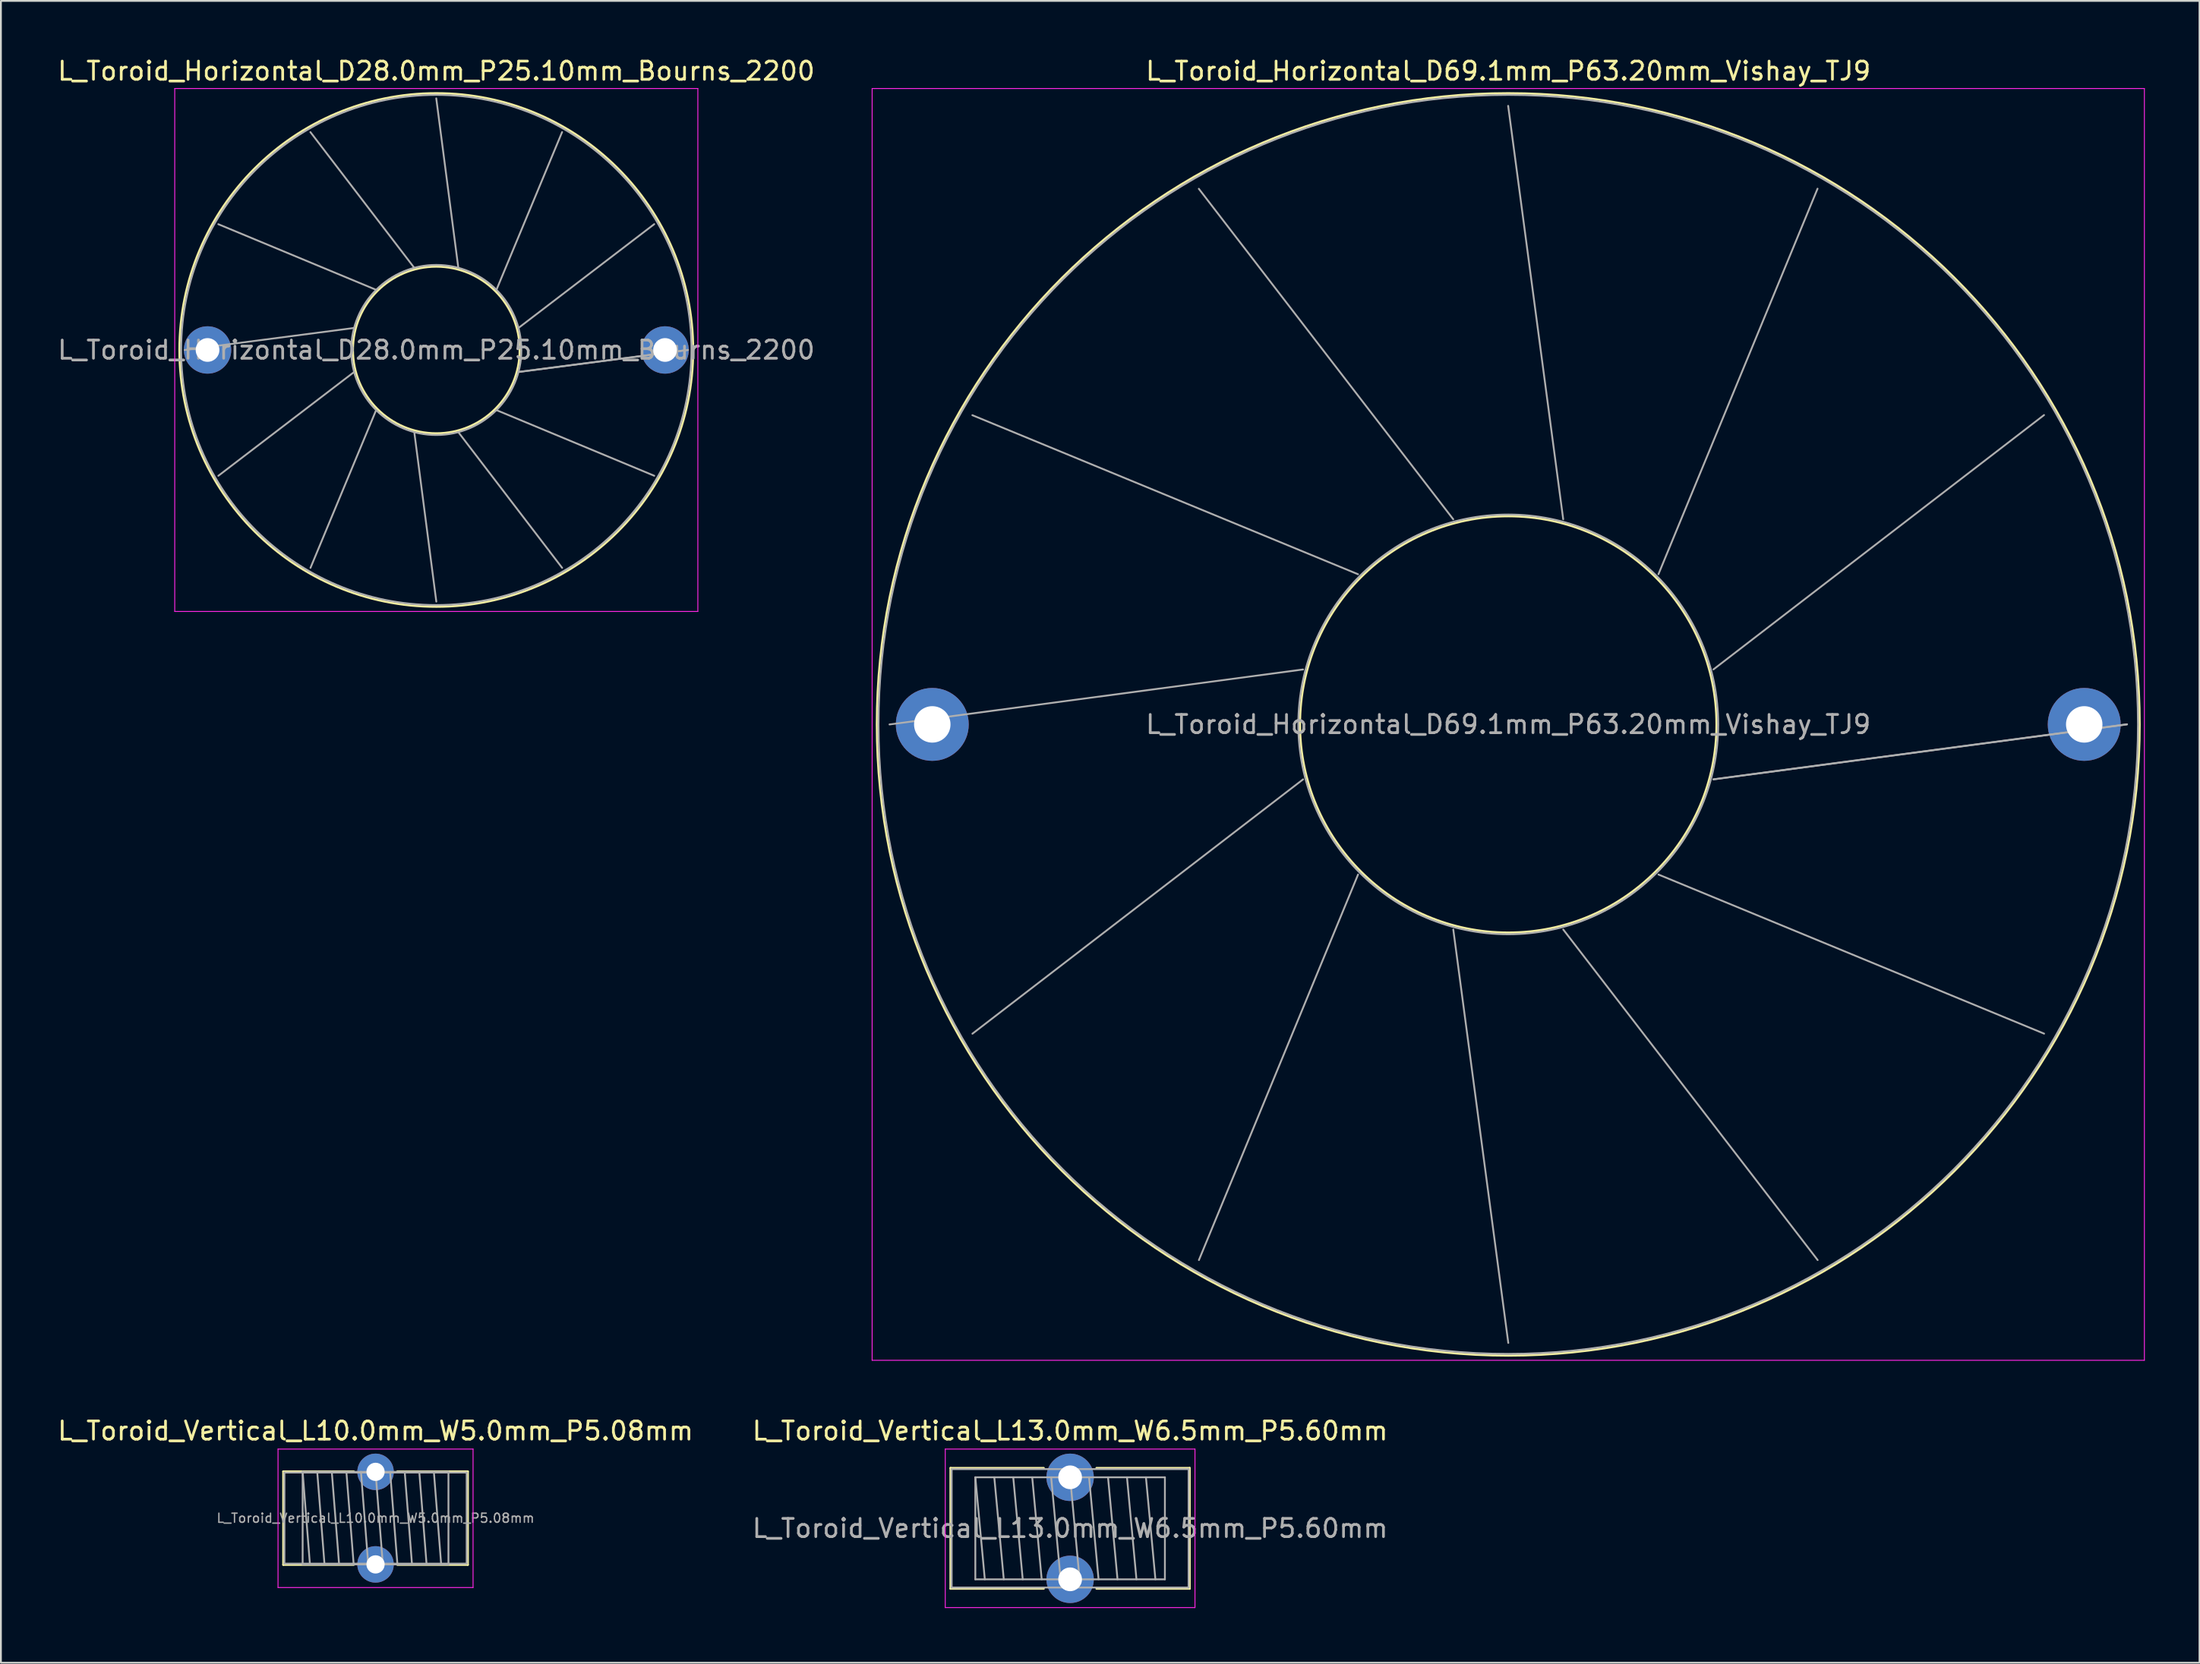
<source format=kicad_pcb>
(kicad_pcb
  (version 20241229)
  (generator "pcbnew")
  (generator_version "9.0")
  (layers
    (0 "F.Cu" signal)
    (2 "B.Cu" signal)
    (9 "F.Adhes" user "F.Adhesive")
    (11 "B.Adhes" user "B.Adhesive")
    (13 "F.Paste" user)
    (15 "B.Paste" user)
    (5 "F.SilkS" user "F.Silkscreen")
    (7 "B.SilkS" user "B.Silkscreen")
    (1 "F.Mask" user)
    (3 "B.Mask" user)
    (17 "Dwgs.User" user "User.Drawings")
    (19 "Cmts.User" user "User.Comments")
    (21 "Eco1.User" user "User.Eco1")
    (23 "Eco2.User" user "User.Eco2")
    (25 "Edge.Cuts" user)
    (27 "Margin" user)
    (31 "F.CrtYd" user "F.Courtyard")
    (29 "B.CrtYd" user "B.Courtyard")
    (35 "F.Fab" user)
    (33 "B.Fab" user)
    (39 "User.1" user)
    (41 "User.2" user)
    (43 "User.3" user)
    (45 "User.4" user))
  (footprint "L_Toroid_Horizontal_D28.0mm_P25.10mm_Bourns_2200"
    (layer "F.Cu")
    (at 8.337 16.158)
    (property "Reference" "L_Toroid_Horizontal_D28.0mm_P25.10mm_Bourns_2200" (at 12.55 -15.31 0) (layer "F.SilkS") (effects (font (size 1 1) (thickness 0.15))))
    (attr through_hole)
    (fp_circle (center 12.55 0) (end 17.127 0) (stroke (width 0.12) (type solid)) (fill no) (layer "F.SilkS"))
    (fp_circle (center 12.55 0) (end 26.64 0) (stroke (width 0.12) (type solid)) (fill no) (layer "F.SilkS"))
    (fp_line (start -1.8 -14.35) (end -1.8 14.35) (stroke (width 0.05) (type solid)) (layer "F.CrtYd"))
    (fp_line (start -1.8 14.35) (end 26.9 14.35) (stroke (width 0.05) (type solid)) (layer "F.CrtYd"))
    (fp_line (start 26.9 -14.35) (end -1.8 -14.35) (stroke (width 0.05) (type solid)) (layer "F.CrtYd"))
    (fp_line (start 26.9 14.35) (end 26.9 -14.35) (stroke (width 0.05) (type solid)) (layer "F.CrtYd"))
    (fp_line (start -1.258 0.001) (end 8.041 -1.208) (stroke (width 0.1) (type solid)) (layer "F.Fab"))
    (fp_line (start 0.591 -6.903) (end 9.249 -3.301) (stroke (width 0.1) (type solid)) (layer "F.Fab"))
    (fp_line (start 0.592 6.905) (end 8.041 1.209) (stroke (width 0.1) (type solid)) (layer "F.Fab"))
    (fp_line (start 5.644 -11.957) (end 11.341 -4.509) (stroke (width 0.1) (type solid)) (layer "F.Fab"))
    (fp_line (start 5.647 11.959) (end 9.249 3.301) (stroke (width 0.1) (type solid)) (layer "F.Fab"))
    (fp_line (start 12.548 -13.808) (end 13.758 -4.509) (stroke (width 0.1) (type solid)) (layer "F.Fab"))
    (fp_line (start 12.551 13.808) (end 11.342 4.509) (stroke (width 0.1) (type solid)) (layer "F.Fab"))
    (fp_line (start 19.452 -11.959) (end 15.85 -3.301) (stroke (width 0.1) (type solid)) (layer "F.Fab"))
    (fp_line (start 19.454 11.958) (end 13.758 4.509) (stroke (width 0.1) (type solid)) (layer "F.Fab"))
    (fp_line (start 24.507 -6.906) (end 17.059 -1.209) (stroke (width 0.1) (type solid)) (layer "F.Fab"))
    (fp_line (start 24.508 6.904) (end 15.851 3.301) (stroke (width 0.1) (type solid)) (layer "F.Fab"))
    (fp_line (start 26.358 -0.003) (end 17.059 1.207) (stroke (width 0.1) (type solid)) (layer "F.Fab"))
    (fp_line (start 26.358 0) (end 17.059 1.208) (stroke (width 0.1) (type solid)) (layer "F.Fab"))
    (fp_circle (center 12.55 0) (end 17.217 0) (stroke (width 0.1) (type solid)) (fill no) (layer "F.Fab"))
    (fp_circle (center 12.55 0) (end 26.55 0) (stroke (width 0.1) (type solid)) (fill no) (layer "F.Fab"))
    (fp_text user "${REFERENCE}" (at 12.55 0 0) (layer "F.Fab") (effects (font (size 1 1) (thickness 0.15))))
    (pad "1" thru_hole circle (at 0 0) (size 2.6 2.6) (drill 1.3) (layers "*.Cu" "*.Mask"))
    (pad "2" thru_hole circle (at 25.1 0) (size 2.6 2.6) (drill 1.3) (layers "*.Cu" "*.Mask")))
  (footprint "L_Toroid_Vertical_L13.0mm_W6.5mm_P5.60mm"
    (layer "F.Cu")
    (at 55.661 78.031)
    (property "Reference" "L_Toroid_Vertical_L13.0mm_W6.5mm_P5.60mm" (at 0 -2.55 0) (layer "F.SilkS") (effects (font (size 1 1) (thickness 0.15))))
    (attr through_hole)
    (fp_line (start -6.56 -0.51) (end -6.56 6.11) (stroke (width 0.12) (type solid)) (layer "F.SilkS"))
    (fp_line (start -6.56 -0.51) (end -1.449 -0.51) (stroke (width 0.12) (type solid)) (layer "F.SilkS"))
    (fp_line (start -6.56 6.11) (end -1.449 6.11) (stroke (width 0.12) (type solid)) (layer "F.SilkS"))
    (fp_line (start 1.449 -0.51) (end 6.56 -0.51) (stroke (width 0.12) (type solid)) (layer "F.SilkS"))
    (fp_line (start 1.449 6.11) (end 6.56 6.11) (stroke (width 0.12) (type solid)) (layer "F.SilkS"))
    (fp_line (start 6.56 -0.51) (end 6.56 6.11) (stroke (width 0.12) (type solid)) (layer "F.SilkS"))
    (fp_line (start -6.85 -1.55) (end -6.85 7.15) (stroke (width 0.05) (type solid)) (layer "F.CrtYd"))
    (fp_line (start -6.85 7.15) (end 6.85 7.15) (stroke (width 0.05) (type solid)) (layer "F.CrtYd"))
    (fp_line (start 6.85 -1.55) (end -6.85 -1.55) (stroke (width 0.05) (type solid)) (layer "F.CrtYd"))
    (fp_line (start 6.85 7.15) (end 6.85 -1.55) (stroke (width 0.05) (type solid)) (layer "F.CrtYd"))
    (fp_line (start -6.5 -0.45) (end -6.5 6.05) (stroke (width 0.1) (type solid)) (layer "F.Fab"))
    (fp_line (start -6.5 6.05) (end 6.5 6.05) (stroke (width 0.1) (type solid)) (layer "F.Fab"))
    (fp_line (start -5.2 0) (end -5.2 5.6) (stroke (width 0.1) (type solid)) (layer "F.Fab"))
    (fp_line (start -5.2 0) (end -4.68 5.6) (stroke (width 0.1) (type solid)) (layer "F.Fab"))
    (fp_line (start -5.2 5.6) (end 5.2 5.6) (stroke (width 0.1) (type solid)) (layer "F.Fab"))
    (fp_line (start -4.16 0) (end -3.64 5.6) (stroke (width 0.1) (type solid)) (layer "F.Fab"))
    (fp_line (start -3.12 0) (end -2.6 5.6) (stroke (width 0.1) (type solid)) (layer "F.Fab"))
    (fp_line (start -2.08 0) (end -1.56 5.6) (stroke (width 0.1) (type solid)) (layer "F.Fab"))
    (fp_line (start -1.04 0) (end -0.52 5.6) (stroke (width 0.1) (type solid)) (layer "F.Fab"))
    (fp_line (start 0 0) (end 0.52 5.6) (stroke (width 0.1) (type solid)) (layer "F.Fab"))
    (fp_line (start 1.04 0) (end 1.56 5.6) (stroke (width 0.1) (type solid)) (layer "F.Fab"))
    (fp_line (start 2.08 0) (end 2.6 5.6) (stroke (width 0.1) (type solid)) (layer "F.Fab"))
    (fp_line (start 3.12 0) (end 3.64 5.6) (stroke (width 0.1) (type solid)) (layer "F.Fab"))
    (fp_line (start 4.16 0) (end 4.68 5.6) (stroke (width 0.1) (type solid)) (layer "F.Fab"))
    (fp_line (start 5.2 0) (end -5.2 0) (stroke (width 0.1) (type solid)) (layer "F.Fab"))
    (fp_line (start 5.2 5.6) (end 5.2 0) (stroke (width 0.1) (type solid)) (layer "F.Fab"))
    (fp_line (start 6.5 -0.45) (end -6.5 -0.45) (stroke (width 0.1) (type solid)) (layer "F.Fab"))
    (fp_line (start 6.5 6.05) (end 6.5 -0.45) (stroke (width 0.1) (type solid)) (layer "F.Fab"))
    (fp_text user "${REFERENCE}" (at 0 2.8 0) (layer "F.Fab") (effects (font (size 1 1) (thickness 0.15))))
    (pad "1" thru_hole circle (at 0 0) (size 2.6 2.6) (drill 1.3) (layers "*.Cu" "*.Mask"))
    (pad "2" thru_hole circle (at 0 5.6) (size 2.6 2.6) (drill 1.3) (layers "*.Cu" "*.Mask")))
  (footprint "L_Toroid_Horizontal_D69.1mm_P63.20mm_Vishay_TJ9"
    (layer "F.Cu")
    (at 48.099 36.708)
    (property "Reference" "L_Toroid_Horizontal_D69.1mm_P63.20mm_Vishay_TJ9" (at 31.6 -35.86 0) (layer "F.SilkS") (effects (font (size 1 1) (thickness 0.15))))
    (attr through_hole)
    (fp_circle (center 31.6 0) (end 43.027 0) (stroke (width 0.12) (type solid)) (fill no) (layer "F.SilkS"))
    (fp_circle (center 31.6 0) (end 66.24 0) (stroke (width 0.12) (type solid)) (fill no) (layer "F.SilkS"))
    (fp_line (start -3.3 -34.9) (end -3.3 34.9) (stroke (width 0.05) (type solid)) (layer "F.CrtYd"))
    (fp_line (start -3.3 34.9) (end 66.5 34.9) (stroke (width 0.05) (type solid)) (layer "F.CrtYd"))
    (fp_line (start 66.5 -34.9) (end -3.3 -34.9) (stroke (width 0.05) (type solid)) (layer "F.CrtYd"))
    (fp_line (start 66.5 34.9) (end 66.5 -34.9) (stroke (width 0.05) (type solid)) (layer "F.CrtYd"))
    (fp_line (start -2.347 0.003) (end 20.342 -3.015) (stroke (width 0.1) (type solid)) (layer "F.Fab"))
    (fp_line (start 2.199 -16.97) (end 23.358 -8.241) (stroke (width 0.1) (type solid)) (layer "F.Fab"))
    (fp_line (start 2.202 16.976) (end 20.342 3.018) (stroke (width 0.1) (type solid)) (layer "F.Fab"))
    (fp_line (start 14.623 -29.397) (end 28.582 -11.258) (stroke (width 0.1) (type solid)) (layer "F.Fab"))
    (fp_line (start 14.628 29.4) (end 23.359 8.242) (stroke (width 0.1) (type solid)) (layer "F.Fab"))
    (fp_line (start 31.595 -33.947) (end 34.615 -11.259) (stroke (width 0.1) (type solid)) (layer "F.Fab"))
    (fp_line (start 31.602 33.947) (end 28.584 11.258) (stroke (width 0.1) (type solid)) (layer "F.Fab"))
    (fp_line (start 48.569 -29.402) (end 39.84 -8.243) (stroke (width 0.1) (type solid)) (layer "F.Fab"))
    (fp_line (start 48.575 29.399) (end 34.617 11.258) (stroke (width 0.1) (type solid)) (layer "F.Fab"))
    (fp_line (start 60.996 -16.979) (end 42.858 -3.019) (stroke (width 0.1) (type solid)) (layer "F.Fab"))
    (fp_line (start 60.999 16.973) (end 39.842 8.241) (stroke (width 0.1) (type solid)) (layer "F.Fab"))
    (fp_line (start 65.547 -0.006) (end 42.859 3.014) (stroke (width 0.1) (type solid)) (layer "F.Fab"))
    (fp_line (start 65.547 0) (end 42.858 3.017) (stroke (width 0.1) (type solid)) (layer "F.Fab"))
    (fp_circle (center 31.6 0) (end 43.117 0) (stroke (width 0.1) (type solid)) (fill no) (layer "F.Fab"))
    (fp_circle (center 31.6 0) (end 66.15 0) (stroke (width 0.1) (type solid)) (fill no) (layer "F.Fab"))
    (fp_text user "${REFERENCE}" (at 31.6 0 0) (layer "F.Fab") (effects (font (size 1 1) (thickness 0.15))))
    (pad "1" thru_hole circle (at 0 0) (size 4 4) (drill 2) (layers "*.Cu" "*.Mask"))
    (pad "2" thru_hole circle (at 63.2 0) (size 4 4) (drill 2) (layers "*.Cu" "*.Mask")))
  (footprint "L_Toroid_Vertical_L10.0mm_W5.0mm_P5.08mm"
    (layer "F.Cu")
    (at 17.554 77.731)
    (property "Reference" "L_Toroid_Vertical_L10.0mm_W5.0mm_P5.08mm" (at 0 -2.25 0) (layer "F.SilkS") (effects (font (size 1 1) (thickness 0.15))))
    (attr through_hole)
    (fp_line (start -5.06 -0.02) (end -5.06 5.1) (stroke (width 0.12) (type solid)) (layer "F.SilkS"))
    (fp_line (start -5.06 -0.02) (end -1.195 -0.02) (stroke (width 0.12) (type solid)) (layer "F.SilkS"))
    (fp_line (start -5.06 5.1) (end -1.195 5.1) (stroke (width 0.12) (type solid)) (layer "F.SilkS"))
    (fp_line (start 1.195 -0.02) (end 5.06 -0.02) (stroke (width 0.12) (type solid)) (layer "F.SilkS"))
    (fp_line (start 1.195 5.1) (end 5.06 5.1) (stroke (width 0.12) (type solid)) (layer "F.SilkS"))
    (fp_line (start 5.06 -0.02) (end 5.06 5.1) (stroke (width 0.12) (type solid)) (layer "F.SilkS"))
    (fp_line (start -5.35 -1.25) (end -5.35 6.35) (stroke (width 0.05) (type solid)) (layer "F.CrtYd"))
    (fp_line (start -5.35 6.35) (end 5.35 6.35) (stroke (width 0.05) (type solid)) (layer "F.CrtYd"))
    (fp_line (start 5.35 -1.25) (end -5.35 -1.25) (stroke (width 0.05) (type solid)) (layer "F.CrtYd"))
    (fp_line (start 5.35 6.35) (end 5.35 -1.25) (stroke (width 0.05) (type solid)) (layer "F.CrtYd"))
    (fp_line (start -5 0.04) (end -5 5.04) (stroke (width 0.1) (type solid)) (layer "F.Fab"))
    (fp_line (start -5 5.04) (end 5 5.04) (stroke (width 0.1) (type solid)) (layer "F.Fab"))
    (fp_line (start -4 0) (end -4 5.08) (stroke (width 0.1) (type solid)) (layer "F.Fab"))
    (fp_line (start -4 0) (end -3.6 5.08) (stroke (width 0.1) (type solid)) (layer "F.Fab"))
    (fp_line (start -4 5.08) (end 4 5.08) (stroke (width 0.1) (type solid)) (layer "F.Fab"))
    (fp_line (start -3.2 0) (end -2.8 5.08) (stroke (width 0.1) (type solid)) (layer "F.Fab"))
    (fp_line (start -2.4 0) (end -2 5.08) (stroke (width 0.1) (type solid)) (layer "F.Fab"))
    (fp_line (start -1.6 0) (end -1.2 5.08) (stroke (width 0.1) (type solid)) (layer "F.Fab"))
    (fp_line (start -0.8 0) (end -0.4 5.08) (stroke (width 0.1) (type solid)) (layer "F.Fab"))
    (fp_line (start 0 0) (end 0.4 5.08) (stroke (width 0.1) (type solid)) (layer "F.Fab"))
    (fp_line (start 0.8 0) (end 1.2 5.08) (stroke (width 0.1) (type solid)) (layer "F.Fab"))
    (fp_line (start 1.6 0) (end 2 5.08) (stroke (width 0.1) (type solid)) (layer "F.Fab"))
    (fp_line (start 2.4 0) (end 2.8 5.08) (stroke (width 0.1) (type solid)) (layer "F.Fab"))
    (fp_line (start 3.2 0) (end 3.6 5.08) (stroke (width 0.1) (type solid)) (layer "F.Fab"))
    (fp_line (start 4 0) (end -4 0) (stroke (width 0.1) (type solid)) (layer "F.Fab"))
    (fp_line (start 4 5.08) (end 4 0) (stroke (width 0.1) (type solid)) (layer "F.Fab"))
    (fp_line (start 5 0.04) (end -5 0.04) (stroke (width 0.1) (type solid)) (layer "F.Fab"))
    (fp_line (start 5 5.04) (end 5 0.04) (stroke (width 0.1) (type solid)) (layer "F.Fab"))
    (fp_text user "${REFERENCE}" (at 0 2.54 0) (layer "F.Fab") (effects (font (size 0.5 0.5) (thickness 0.075))))
    (pad "1" thru_hole circle (at 0 0) (size 2 2) (drill 1) (layers "*.Cu" "*.Mask"))
    (pad "2" thru_hole circle (at 0 5.08) (size 2 2) (drill 1) (layers "*.Cu" "*.Mask")))
  (gr_rect
    (start -3 -3)
    (end 117.624 88.207)
    (stroke (width 0.1) (type default))
    (fill no)
    (layer "Edge.Cuts")))
</source>
